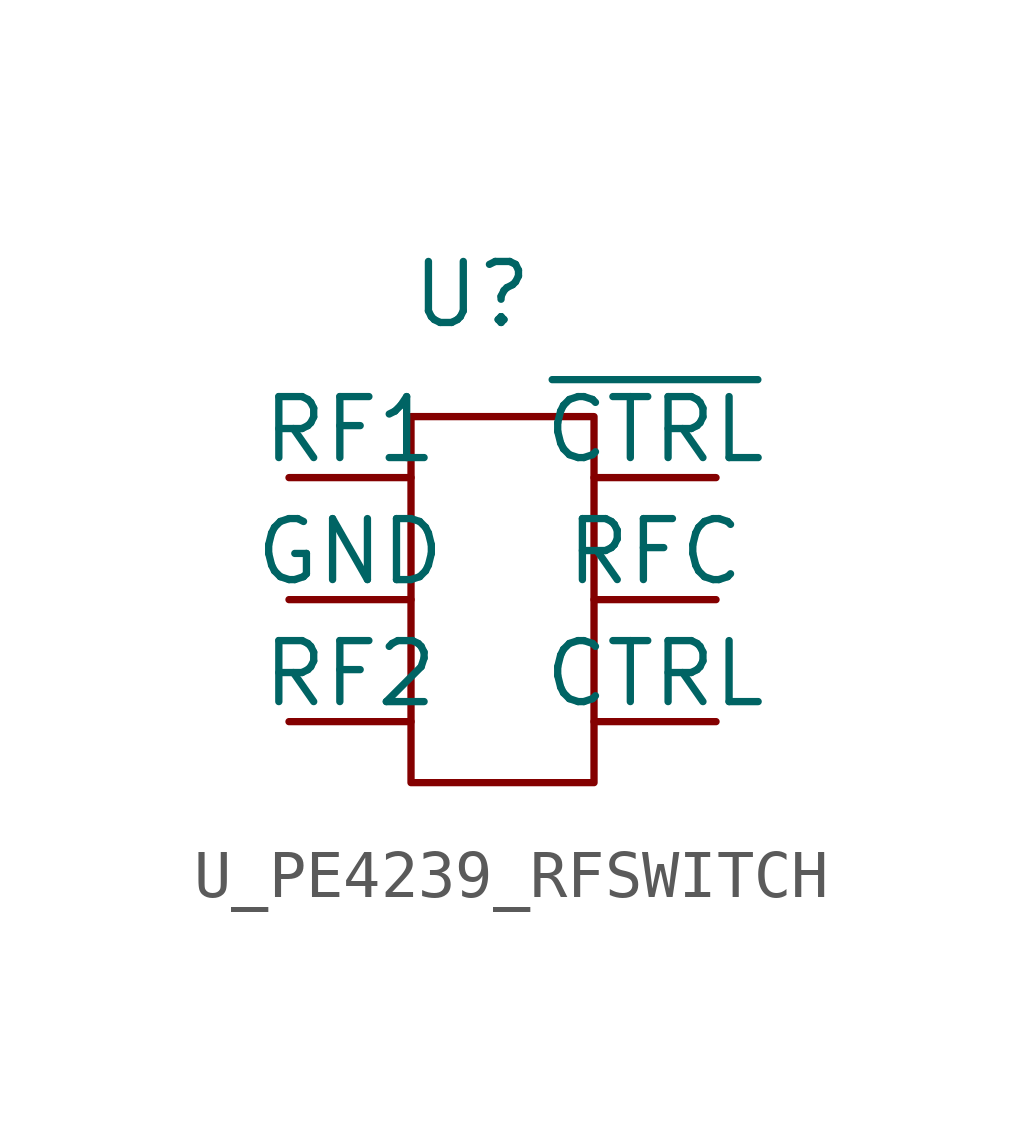
<source format=kicad_sym>
(kicad_symbol_lib
  (version 20220914)
  (generator kicad_symbol_editor)
  (symbol "U_PE4239_RFSWITCH"
    (pin_numbers hide)
    (pin_names
      (offset 0))
    (property "Reference" "U"
      (at 3.81 3.81 0)
      (effects (font (size 1.27 1.27))))
    (symbol "U_PE4239_RFSWITCH_0_1"
      (rectangle (start 2.54 1.27) (end 6.35 -6.35) (stroke (width 0) (type solid)) (fill (type none))))
    (symbol "U_PE4239_RFSWITCH_1_1"
      (pin input line (at 0 0 0) (length 2.54) (name "RF1" (effects (font (size 1.27 1.27)))) (number "1" (effects (font (size 1.27 1.27)))))
      (pin input line (at 0 -2.54 0) (length 2.54) (name "GND" (effects (font (size 1.27 1.27)))) (number "2" (effects (font (size 1.27 1.27)))))
      (pin input line (at 0 -5.08 0) (length 2.54) (name "RF2" (effects (font (size 1.27 1.27)))) (number "3" (effects (font (size 1.27 1.27)))))
      (pin input line (at 8.89 -5.08 180) (length 2.54) (name "CTRL" (effects (font (size 1.27 1.27)))) (number "4" (effects (font (size 1.27 1.27)))))
      (pin input line (at 8.89 -2.54 180) (length 2.54) (name "RFC" (effects (font (size 1.27 1.27)))) (number "5" (effects (font (size 1.27 1.27)))))
      (pin input line (at 8.89 0 180) (length 2.54) (name "~{CTRL}" (effects (font (size 1.27 1.27)))) (number "6" (effects (font (size 1.27 1.27))))))))
</source>
